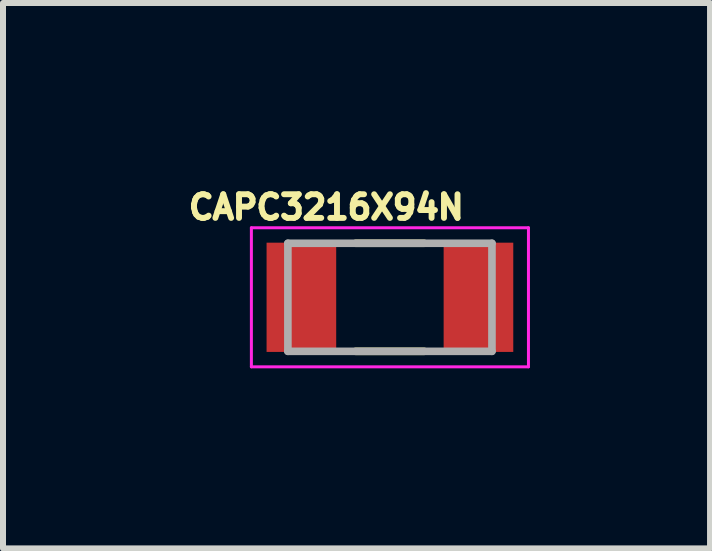
<source format=kicad_pcb>
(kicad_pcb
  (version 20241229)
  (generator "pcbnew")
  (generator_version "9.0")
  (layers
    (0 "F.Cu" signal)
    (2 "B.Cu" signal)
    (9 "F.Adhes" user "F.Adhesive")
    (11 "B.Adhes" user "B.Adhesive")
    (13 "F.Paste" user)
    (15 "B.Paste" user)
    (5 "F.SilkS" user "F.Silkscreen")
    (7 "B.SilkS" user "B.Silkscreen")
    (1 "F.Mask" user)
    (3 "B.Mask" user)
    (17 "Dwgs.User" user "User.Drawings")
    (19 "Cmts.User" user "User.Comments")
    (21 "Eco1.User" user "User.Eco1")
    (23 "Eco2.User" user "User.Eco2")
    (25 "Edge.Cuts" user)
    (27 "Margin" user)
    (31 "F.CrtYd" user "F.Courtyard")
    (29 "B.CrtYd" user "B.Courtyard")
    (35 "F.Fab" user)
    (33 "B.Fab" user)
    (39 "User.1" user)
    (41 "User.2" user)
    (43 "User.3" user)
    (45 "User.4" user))
  (footprint "CAPC3216X94N"
    (layer "F.Cu")
    (at 3.446 1.903)
    (property "Reference" "CAPC3216X94N" (at -1.06 -1.5 0) (layer "F.SilkS") (effects (font (size 0.394 0.394) (thickness 0.15))))
    (attr smd)
    (fp_line (start -0.57 -0.9) (end 0.57 -0.9) (stroke (width 0.127) (type solid)) (layer "F.SilkS"))
    (fp_line (start -0.57 0.9) (end 0.57 0.9) (stroke (width 0.127) (type solid)) (layer "F.SilkS"))
    (fp_line (start -2.308 -1.158) (end 2.308 -1.158) (stroke (width 0.05) (type solid)) (layer "F.CrtYd"))
    (fp_line (start -2.308 1.158) (end -2.308 -1.158) (stroke (width 0.05) (type solid)) (layer "F.CrtYd"))
    (fp_line (start -2.308 1.158) (end 2.308 1.158) (stroke (width 0.05) (type solid)) (layer "F.CrtYd"))
    (fp_line (start 2.308 1.158) (end 2.308 -1.158) (stroke (width 0.05) (type solid)) (layer "F.CrtYd"))
    (fp_line (start -1.7 0.9) (end -1.7 -0.9) (stroke (width 0.127) (type solid)) (layer "F.Fab"))
    (fp_line (start 1.7 -0.9) (end -1.7 -0.9) (stroke (width 0.127) (type solid)) (layer "F.Fab"))
    (fp_line (start 1.7 0.9) (end -1.7 0.9) (stroke (width 0.127) (type solid)) (layer "F.Fab"))
    (fp_line (start 1.7 0.9) (end 1.7 -0.9) (stroke (width 0.127) (type solid)) (layer "F.Fab"))
    (pad "1" smd rect (at -1.475 0) (size 1.16 1.82) (layers "F.Cu" "F.Mask" "F.Paste"))
    (pad "2" smd rect (at 1.475 0) (size 1.16 1.82) (layers "F.Cu" "F.Mask" "F.Paste")))
  (gr_rect
    (start -3 -3)
    (end 8.779 6.086)
    (stroke (width 0.1) (type default))
    (fill no)
    (layer "Edge.Cuts")))
</source>
